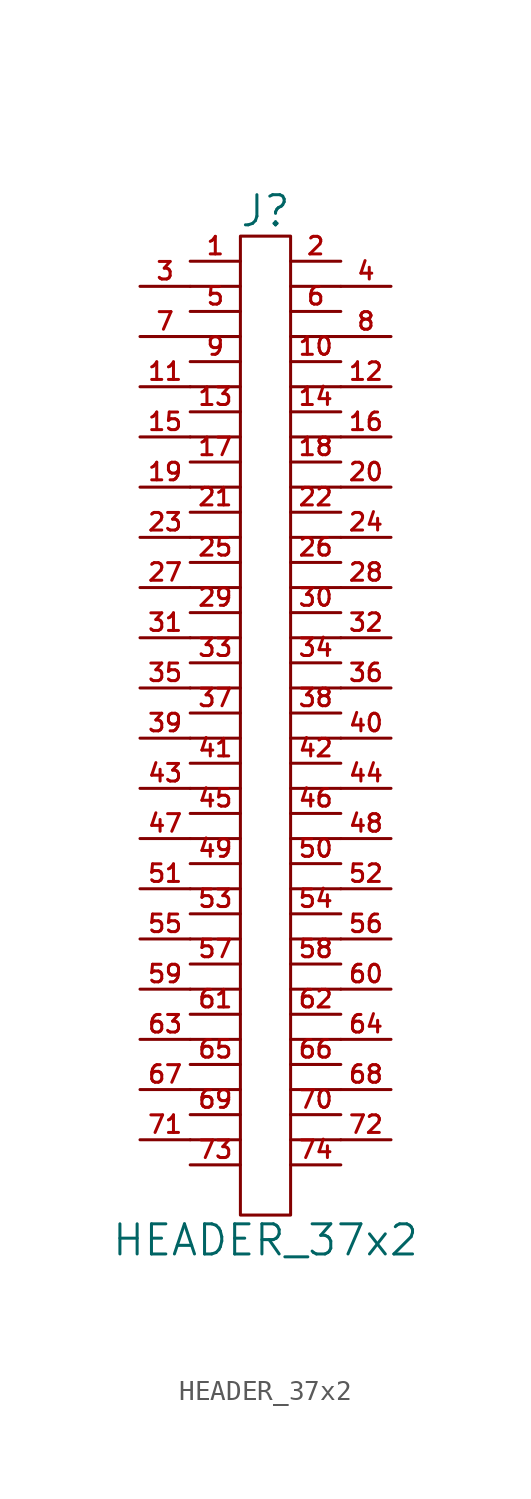
<source format=kicad_sym>
(kicad_symbol_lib
  (version 20220914)
  (generator kicad_symbol_editor)
  (symbol "HEADER_37x2"
    (pin_names
      (offset 0))
    (property "Reference" "J"
      (at 0 25.4 0)
      (effects (font (size 1.524 1.524))))
    (property "Value" "HEADER_37x2"
      (at 0 -26.67 0)
      (effects (font (size 1.524 1.524))))
    (property "Footprint" ""
      (at 0 -1.27 0)
      (effects (font (size 1.524 1.524))))
    (property "Datasheet" ""
      (at 0 0 0)
      (effects (font (size 1.524 1.524))))
    (symbol "HEADER_37x2_0_1"
      (polyline (pts (xy -3.81 -21.59) (xy -1.27 -21.59)) (stroke (width 0) (type solid)) (fill (type none)))
      (polyline (pts (xy -3.81 -19.05) (xy -1.27 -19.05)) (stroke (width 0) (type solid)) (fill (type none)))
      (polyline (pts (xy -3.81 -16.51) (xy -1.27 -16.51)) (stroke (width 0) (type solid)) (fill (type none)))
      (polyline (pts (xy -3.81 -13.97) (xy -1.27 -13.97)) (stroke (width 0) (type solid)) (fill (type none)))
      (polyline (pts (xy -3.81 -11.43) (xy -1.27 -11.43)) (stroke (width 0) (type solid)) (fill (type none)))
      (polyline (pts (xy -3.81 -8.89) (xy -1.27 -8.89)) (stroke (width 0) (type solid)) (fill (type none)))
      (polyline (pts (xy -3.81 -6.35) (xy -1.27 -6.35)) (stroke (width 0) (type solid)) (fill (type none)))
      (polyline (pts (xy -3.81 -3.81) (xy -1.27 -3.81)) (stroke (width 0) (type solid)) (fill (type none)))
      (polyline (pts (xy -3.81 -1.27) (xy -1.27 -1.27)) (stroke (width 0) (type solid)) (fill (type none)))
      (polyline (pts (xy -3.81 1.27) (xy -1.27 1.27)) (stroke (width 0) (type solid)) (fill (type none)))
      (polyline (pts (xy -3.81 3.81) (xy -1.27 3.81)) (stroke (width 0) (type solid)) (fill (type none)))
      (polyline (pts (xy -3.81 6.35) (xy -1.27 6.35)) (stroke (width 0) (type solid)) (fill (type none)))
      (polyline (pts (xy -3.81 8.89) (xy -1.27 8.89)) (stroke (width 0) (type solid)) (fill (type none)))
      (polyline (pts (xy -3.81 11.43) (xy -1.27 11.43)) (stroke (width 0) (type solid)) (fill (type none)))
      (polyline (pts (xy -3.81 13.97) (xy -1.27 13.97)) (stroke (width 0) (type solid)) (fill (type none)))
      (polyline (pts (xy -3.81 16.51) (xy -1.27 16.51)) (stroke (width 0) (type solid)) (fill (type none)))
      (polyline (pts (xy -3.81 19.05) (xy -1.27 19.05)) (stroke (width 0) (type solid)) (fill (type none)))
      (polyline (pts (xy -3.81 21.59) (xy -1.27 21.59)) (stroke (width 0) (type solid)) (fill (type none)))
      (polyline (pts (xy 1.27 -21.59) (xy 3.81 -21.59)) (stroke (width 0) (type solid)) (fill (type none)))
      (polyline (pts (xy 1.27 -19.05) (xy 3.81 -19.05)) (stroke (width 0) (type solid)) (fill (type none)))
      (polyline (pts (xy 1.27 -16.51) (xy 3.81 -16.51)) (stroke (width 0) (type solid)) (fill (type none)))
      (polyline (pts (xy 1.27 -13.97) (xy 3.81 -13.97)) (stroke (width 0) (type solid)) (fill (type none)))
      (polyline (pts (xy 1.27 -11.43) (xy 3.81 -11.43)) (stroke (width 0) (type solid)) (fill (type none)))
      (polyline (pts (xy 1.27 -8.89) (xy 3.81 -8.89)) (stroke (width 0) (type solid)) (fill (type none)))
      (polyline (pts (xy 1.27 -6.35) (xy 3.81 -6.35)) (stroke (width 0) (type solid)) (fill (type none)))
      (polyline (pts (xy 1.27 -3.81) (xy 3.81 -3.81)) (stroke (width 0) (type solid)) (fill (type none)))
      (polyline (pts (xy 1.27 -1.27) (xy 3.81 -1.27)) (stroke (width 0) (type solid)) (fill (type none)))
      (polyline (pts (xy 1.27 1.27) (xy 3.81 1.27)) (stroke (width 0) (type solid)) (fill (type none)))
      (polyline (pts (xy 1.27 3.81) (xy 3.81 3.81)) (stroke (width 0) (type solid)) (fill (type none)))
      (polyline (pts (xy 1.27 6.35) (xy 3.81 6.35)) (stroke (width 0) (type solid)) (fill (type none)))
      (polyline (pts (xy 1.27 8.89) (xy 3.81 8.89)) (stroke (width 0) (type solid)) (fill (type none)))
      (polyline (pts (xy 1.27 11.43) (xy 3.81 11.43)) (stroke (width 0) (type solid)) (fill (type none)))
      (polyline (pts (xy 1.27 13.97) (xy 3.81 13.97)) (stroke (width 0) (type solid)) (fill (type none)))
      (polyline (pts (xy 1.27 16.51) (xy 3.81 16.51)) (stroke (width 0) (type solid)) (fill (type none)))
      (polyline (pts (xy 1.27 19.05) (xy 3.81 19.05)) (stroke (width 0) (type solid)) (fill (type none)))
      (polyline (pts (xy 1.27 21.59) (xy 3.81 21.59)) (stroke (width 0) (type solid)) (fill (type none)))
      (rectangle (start 1.27 -25.4) (end -1.27 24.13) (stroke (width 0) (type solid)) (fill (type none))))
    (symbol "HEADER_37x2_1_1"
      (pin passive line (at -3.81 22.86 0) (length 2.54) (name "~" (effects (font (size 1.27 1.27)))) (number "1" (effects (font (size 0.889 0.889)))))
      (pin passive line (at 3.81 17.78 180) (length 2.54) (name "~" (effects (font (size 1.27 1.27)))) (number "10" (effects (font (size 0.889 0.889)))))
      (pin passive line (at -6.35 16.51 0) (length 2.54) (name "~" (effects (font (size 1.27 1.27)))) (number "11" (effects (font (size 0.889 0.889)))))
      (pin passive line (at 6.35 16.51 180) (length 2.54) (name "~" (effects (font (size 1.27 1.27)))) (number "12" (effects (font (size 0.889 0.889)))))
      (pin passive line (at -3.81 15.24 0) (length 2.54) (name "~" (effects (font (size 1.27 1.27)))) (number "13" (effects (font (size 0.889 0.889)))))
      (pin passive line (at 3.81 15.24 180) (length 2.54) (name "~" (effects (font (size 1.27 1.27)))) (number "14" (effects (font (size 0.889 0.889)))))
      (pin passive line (at -6.35 13.97 0) (length 2.54) (name "~" (effects (font (size 1.27 1.27)))) (number "15" (effects (font (size 0.889 0.889)))))
      (pin passive line (at 6.35 13.97 180) (length 2.54) (name "~" (effects (font (size 1.27 1.27)))) (number "16" (effects (font (size 0.889 0.889)))))
      (pin passive line (at -3.81 12.7 0) (length 2.54) (name "~" (effects (font (size 1.27 1.27)))) (number "17" (effects (font (size 0.889 0.889)))))
      (pin passive line (at 3.81 12.7 180) (length 2.54) (name "~" (effects (font (size 1.27 1.27)))) (number "18" (effects (font (size 0.889 0.889)))))
      (pin passive line (at -6.35 11.43 0) (length 2.54) (name "~" (effects (font (size 1.27 1.27)))) (number "19" (effects (font (size 0.889 0.889)))))
      (pin passive line (at 3.81 22.86 180) (length 2.54) (name "~" (effects (font (size 1.27 1.27)))) (number "2" (effects (font (size 0.889 0.889)))))
      (pin passive line (at 6.35 11.43 180) (length 2.54) (name "~" (effects (font (size 1.27 1.27)))) (number "20" (effects (font (size 0.889 0.889)))))
      (pin passive line (at -3.81 10.16 0) (length 2.54) (name "~" (effects (font (size 1.27 1.27)))) (number "21" (effects (font (size 0.889 0.889)))))
      (pin passive line (at 3.81 10.16 180) (length 2.54) (name "~" (effects (font (size 1.27 1.27)))) (number "22" (effects (font (size 0.889 0.889)))))
      (pin passive line (at -6.35 8.89 0) (length 2.54) (name "~" (effects (font (size 1.27 1.27)))) (number "23" (effects (font (size 0.889 0.889)))))
      (pin passive line (at 6.35 8.89 180) (length 2.54) (name "~" (effects (font (size 1.27 1.27)))) (number "24" (effects (font (size 0.889 0.889)))))
      (pin passive line (at -3.81 7.62 0) (length 2.54) (name "~" (effects (font (size 1.27 1.27)))) (number "25" (effects (font (size 0.889 0.889)))))
      (pin passive line (at 3.81 7.62 180) (length 2.54) (name "~" (effects (font (size 1.27 1.27)))) (number "26" (effects (font (size 0.889 0.889)))))
      (pin passive line (at -6.35 6.35 0) (length 2.54) (name "~" (effects (font (size 1.27 1.27)))) (number "27" (effects (font (size 0.889 0.889)))))
      (pin passive line (at 6.35 6.35 180) (length 2.54) (name "~" (effects (font (size 1.27 1.27)))) (number "28" (effects (font (size 0.889 0.889)))))
      (pin passive line (at -3.81 5.08 0) (length 2.54) (name "~" (effects (font (size 1.27 1.27)))) (number "29" (effects (font (size 0.889 0.889)))))
      (pin passive line (at -6.35 21.59 0) (length 2.54) (name "~" (effects (font (size 1.27 1.27)))) (number "3" (effects (font (size 0.889 0.889)))))
      (pin passive line (at 3.81 5.08 180) (length 2.54) (name "~" (effects (font (size 1.27 1.27)))) (number "30" (effects (font (size 0.889 0.889)))))
      (pin passive line (at -6.35 3.81 0) (length 2.54) (name "~" (effects (font (size 1.27 1.27)))) (number "31" (effects (font (size 0.889 0.889)))))
      (pin passive line (at 6.35 3.81 180) (length 2.54) (name "~" (effects (font (size 1.27 1.27)))) (number "32" (effects (font (size 0.889 0.889)))))
      (pin passive line (at -3.81 2.54 0) (length 2.54) (name "~" (effects (font (size 1.27 1.27)))) (number "33" (effects (font (size 0.889 0.889)))))
      (pin passive line (at 3.81 2.54 180) (length 2.54) (name "~" (effects (font (size 1.27 1.27)))) (number "34" (effects (font (size 0.889 0.889)))))
      (pin passive line (at -6.35 1.27 0) (length 2.54) (name "~" (effects (font (size 1.27 1.27)))) (number "35" (effects (font (size 0.889 0.889)))))
      (pin passive line (at 6.35 1.27 180) (length 2.54) (name "~" (effects (font (size 1.27 1.27)))) (number "36" (effects (font (size 0.889 0.889)))))
      (pin passive line (at -3.81 0 0) (length 2.54) (name "~" (effects (font (size 0.889 0.889)))) (number "37" (effects (font (size 0.889 0.889)))))
      (pin passive line (at 3.81 0 180) (length 2.54) (name "~" (effects (font (size 1.27 1.27)))) (number "38" (effects (font (size 0.889 0.889)))))
      (pin passive line (at -6.35 -1.27 0) (length 2.54) (name "~" (effects (font (size 1.27 1.27)))) (number "39" (effects (font (size 0.889 0.889)))))
      (pin passive line (at 6.35 21.59 180) (length 2.54) (name "~" (effects (font (size 1.27 1.27)))) (number "4" (effects (font (size 0.889 0.889)))))
      (pin passive line (at 6.35 -1.27 180) (length 2.54) (name "~" (effects (font (size 1.27 1.27)))) (number "40" (effects (font (size 0.889 0.889)))))
      (pin passive line (at -3.81 -2.54 0) (length 2.54) (name "~" (effects (font (size 1.27 1.27)))) (number "41" (effects (font (size 0.889 0.889)))))
      (pin passive line (at 3.81 -2.54 180) (length 2.54) (name "~" (effects (font (size 1.27 1.27)))) (number "42" (effects (font (size 0.889 0.889)))))
      (pin passive line (at -6.35 -3.81 0) (length 2.54) (name "~" (effects (font (size 1.27 1.27)))) (number "43" (effects (font (size 0.889 0.889)))))
      (pin passive line (at 6.35 -3.81 180) (length 2.54) (name "~" (effects (font (size 1.27 1.27)))) (number "44" (effects (font (size 0.889 0.889)))))
      (pin passive line (at -3.81 -5.08 0) (length 2.54) (name "~" (effects (font (size 1.27 1.27)))) (number "45" (effects (font (size 0.889 0.889)))))
      (pin passive line (at 3.81 -5.08 180) (length 2.54) (name "~" (effects (font (size 1.27 1.27)))) (number "46" (effects (font (size 0.889 0.889)))))
      (pin passive line (at -6.35 -6.35 0) (length 2.54) (name "~" (effects (font (size 1.27 1.27)))) (number "47" (effects (font (size 0.889 0.889)))))
      (pin passive line (at 6.35 -6.35 180) (length 2.54) (name "~" (effects (font (size 1.27 1.27)))) (number "48" (effects (font (size 0.889 0.889)))))
      (pin passive line (at -3.81 -7.62 0) (length 2.54) (name "~" (effects (font (size 1.27 1.27)))) (number "49" (effects (font (size 0.889 0.889)))))
      (pin passive line (at -3.81 20.32 0) (length 2.54) (name "~" (effects (font (size 1.27 1.27)))) (number "5" (effects (font (size 0.889 0.889)))))
      (pin passive line (at 3.81 -7.62 180) (length 2.54) (name "~" (effects (font (size 1.27 1.27)))) (number "50" (effects (font (size 0.889 0.889)))))
      (pin passive line (at -6.35 -8.89 0) (length 2.54) (name "~" (effects (font (size 1.27 1.27)))) (number "51" (effects (font (size 0.889 0.889)))))
      (pin passive line (at 6.35 -8.89 180) (length 2.54) (name "~" (effects (font (size 1.27 1.27)))) (number "52" (effects (font (size 0.889 0.889)))))
      (pin passive line (at -3.81 -10.16 0) (length 2.54) (name "~" (effects (font (size 1.27 1.27)))) (number "53" (effects (font (size 0.889 0.889)))))
      (pin passive line (at 3.81 -10.16 180) (length 2.54) (name "~" (effects (font (size 1.27 1.27)))) (number "54" (effects (font (size 0.889 0.889)))))
      (pin passive line (at -6.35 -11.43 0) (length 2.54) (name "~" (effects (font (size 1.27 1.27)))) (number "55" (effects (font (size 0.889 0.889)))))
      (pin passive line (at 6.35 -11.43 180) (length 2.54) (name "~" (effects (font (size 1.27 1.27)))) (number "56" (effects (font (size 0.889 0.889)))))
      (pin passive line (at -3.81 -12.7 0) (length 2.54) (name "~" (effects (font (size 1.27 1.27)))) (number "57" (effects (font (size 0.889 0.889)))))
      (pin passive line (at 3.81 -12.7 180) (length 2.54) (name "~" (effects (font (size 1.27 1.27)))) (number "58" (effects (font (size 0.889 0.889)))))
      (pin passive line (at -6.35 -13.97 0) (length 2.54) (name "~" (effects (font (size 1.27 1.27)))) (number "59" (effects (font (size 0.889 0.889)))))
      (pin passive line (at 3.81 20.32 180) (length 2.54) (name "~" (effects (font (size 1.27 1.27)))) (number "6" (effects (font (size 0.889 0.889)))))
      (pin passive line (at 6.35 -13.97 180) (length 2.54) (name "~" (effects (font (size 1.27 1.27)))) (number "60" (effects (font (size 0.889 0.889)))))
      (pin passive line (at -3.81 -15.24 0) (length 2.54) (name "~" (effects (font (size 1.27 1.27)))) (number "61" (effects (font (size 0.889 0.889)))))
      (pin passive line (at 3.81 -15.24 180) (length 2.54) (name "~" (effects (font (size 1.27 1.27)))) (number "62" (effects (font (size 0.889 0.889)))))
      (pin passive line (at -6.35 -16.51 0) (length 2.54) (name "~" (effects (font (size 1.27 1.27)))) (number "63" (effects (font (size 0.889 0.889)))))
      (pin passive line (at 6.35 -16.51 180) (length 2.54) (name "~" (effects (font (size 1.27 1.27)))) (number "64" (effects (font (size 0.889 0.889)))))
      (pin passive line (at -3.81 -17.78 0) (length 2.54) (name "~" (effects (font (size 1.27 1.27)))) (number "65" (effects (font (size 0.889 0.889)))))
      (pin passive line (at 3.81 -17.78 180) (length 2.54) (name "~" (effects (font (size 1.27 1.27)))) (number "66" (effects (font (size 0.889 0.889)))))
      (pin passive line (at -6.35 -19.05 0) (length 2.54) (name "~" (effects (font (size 1.27 1.27)))) (number "67" (effects (font (size 0.889 0.889)))))
      (pin passive line (at 6.35 -19.05 180) (length 2.54) (name "~" (effects (font (size 1.27 1.27)))) (number "68" (effects (font (size 0.889 0.889)))))
      (pin passive line (at -3.81 -20.32 0) (length 2.54) (name "~" (effects (font (size 1.27 1.27)))) (number "69" (effects (font (size 0.889 0.889)))))
      (pin passive line (at -6.35 19.05 0) (length 2.54) (name "~" (effects (font (size 1.27 1.27)))) (number "7" (effects (font (size 0.889 0.889)))))
      (pin passive line (at 3.81 -20.32 180) (length 2.54) (name "~" (effects (font (size 1.27 1.27)))) (number "70" (effects (font (size 0.889 0.889)))))
      (pin passive line (at -6.35 -21.59 0) (length 2.54) (name "~" (effects (font (size 1.27 1.27)))) (number "71" (effects (font (size 0.889 0.889)))))
      (pin passive line (at 6.35 -21.59 180) (length 2.54) (name "~" (effects (font (size 1.27 1.27)))) (number "72" (effects (font (size 0.889 0.889)))))
      (pin passive line (at -3.81 -22.86 0) (length 2.54) (name "~" (effects (font (size 1.27 1.27)))) (number "73" (effects (font (size 0.889 0.889)))))
      (pin passive line (at 3.81 -22.86 180) (length 2.54) (name "~" (effects (font (size 1.27 1.27)))) (number "74" (effects (font (size 0.889 0.889)))))
      (pin passive line (at 6.35 19.05 180) (length 2.54) (name "~" (effects (font (size 1.27 1.27)))) (number "8" (effects (font (size 0.889 0.889)))))
      (pin passive line (at -3.81 17.78 0) (length 2.54) (name "~" (effects (font (size 1.27 1.27)))) (number "9" (effects (font (size 0.889 0.889))))))))
</source>
